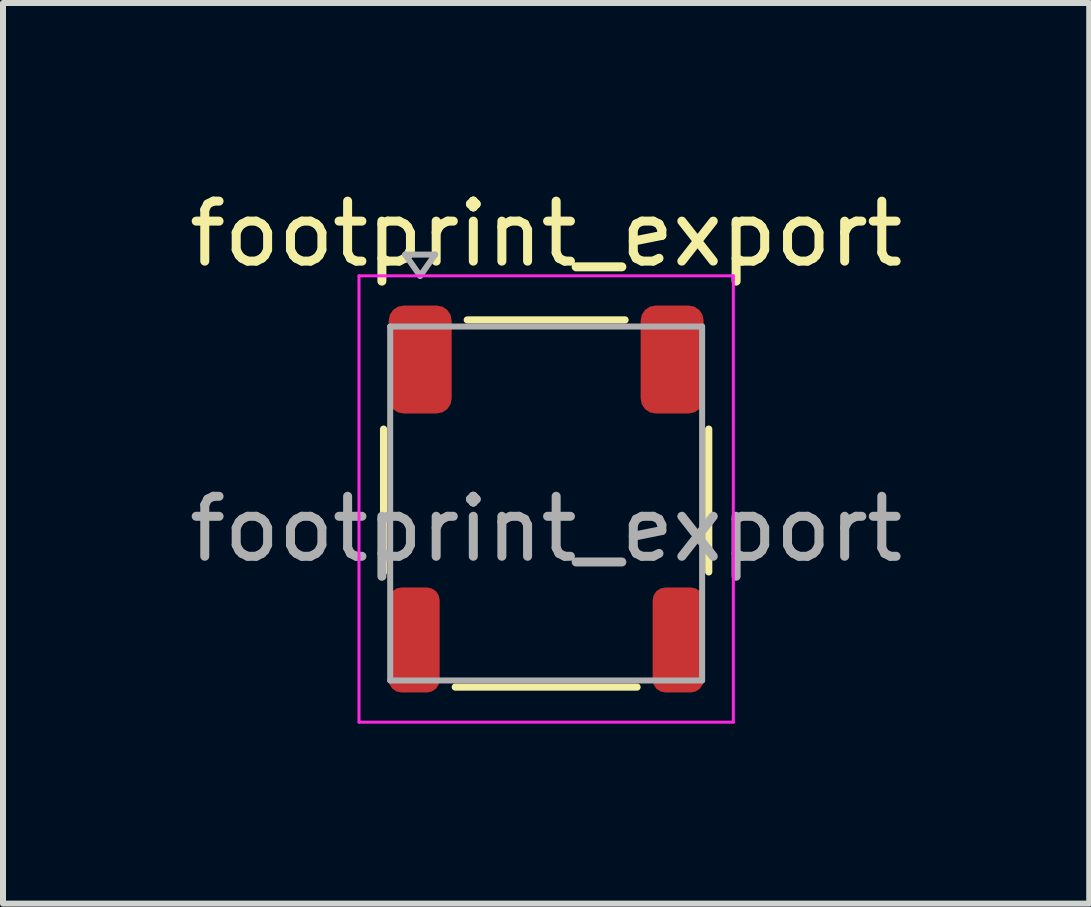
<source format=kicad_pcb>
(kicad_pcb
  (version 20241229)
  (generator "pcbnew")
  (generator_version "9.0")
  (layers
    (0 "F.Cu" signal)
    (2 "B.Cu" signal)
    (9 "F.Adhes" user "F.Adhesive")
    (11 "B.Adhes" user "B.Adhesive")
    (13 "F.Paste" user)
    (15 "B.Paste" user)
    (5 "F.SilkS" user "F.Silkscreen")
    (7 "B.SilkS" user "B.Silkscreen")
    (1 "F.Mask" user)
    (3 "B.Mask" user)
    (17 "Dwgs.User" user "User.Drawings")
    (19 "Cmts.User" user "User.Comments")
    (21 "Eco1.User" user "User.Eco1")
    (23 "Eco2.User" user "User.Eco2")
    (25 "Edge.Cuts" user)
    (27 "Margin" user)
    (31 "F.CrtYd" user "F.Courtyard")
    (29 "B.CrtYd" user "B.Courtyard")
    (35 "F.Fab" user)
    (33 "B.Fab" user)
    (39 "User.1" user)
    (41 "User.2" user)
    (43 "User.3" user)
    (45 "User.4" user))
  (footprint "footprint_export"
    (layer "F.Cu")
    (at 6.054 5.268)
    (property "Reference" "footprint_export" (at 0 -4.42 0) (layer "F.SilkS") (effects (font (size 1 1) (thickness 0.15))))
    (attr smd)
    (fp_line (start -2.71 -1.165) (end -2.71 1.215) (stroke (width 0.12) (type solid)) (layer "F.SilkS"))
    (fp_line (start -1.515 3.135) (end 1.515 3.135) (stroke (width 0.12) (type solid)) (layer "F.SilkS"))
    (fp_line (start -1.315 -2.985) (end 1.315 -2.985) (stroke (width 0.12) (type solid)) (layer "F.SilkS"))
    (fp_line (start 2.71 -1.165) (end 2.71 1.215) (stroke (width 0.12) (type solid)) (layer "F.SilkS"))
    (fp_line (start -3.12 -3.72) (end -3.12 3.72) (stroke (width 0.05) (type solid)) (layer "F.CrtYd"))
    (fp_line (start -3.12 3.72) (end 3.12 3.72) (stroke (width 0.05) (type solid)) (layer "F.CrtYd"))
    (fp_line (start 3.12 -3.72) (end -3.12 -3.72) (stroke (width 0.05) (type solid)) (layer "F.CrtYd"))
    (fp_line (start 3.12 3.72) (end 3.12 -3.72) (stroke (width 0.05) (type solid)) (layer "F.CrtYd"))
    (fp_line (start -2.6 -2.875) (end -2.6 3.025) (stroke (width 0.1) (type solid)) (layer "F.Fab"))
    (fp_line (start -2.6 -2.875) (end 2.6 -2.875) (stroke (width 0.1) (type solid)) (layer "F.Fab"))
    (fp_line (start -2.6 3.025) (end 2.6 3.025) (stroke (width 0.1) (type solid)) (layer "F.Fab"))
    (fp_line (start -2.35 -4.074) (end -2.1 -3.72) (stroke (width 0.1) (type solid)) (layer "F.Fab"))
    (fp_line (start -2.1 -3.72) (end -1.85 -4.074) (stroke (width 0.1) (type solid)) (layer "F.Fab"))
    (fp_line (start -1.85 -4.074) (end -2.35 -4.074) (stroke (width 0.1) (type solid)) (layer "F.Fab"))
    (fp_line (start 2.6 -2.875) (end 2.6 3.025) (stroke (width 0.1) (type solid)) (layer "F.Fab"))
    (fp_text user "${REFERENCE}" (at 0 0.5 0) (layer "F.Fab") (effects (font (size 1 1) (thickness 0.15))))
    (pad "1" smd roundrect (at -2.1 -2.325) (size 1.05 1.8) (layers "F.Cu" "F.Mask" "F.Paste") (roundrect_rratio 0.238))
    (pad "2" smd roundrect (at 2.1 -2.325) (size 1.05 1.8) (layers "F.Cu" "F.Mask" "F.Paste") (roundrect_rratio 0.238))
    (pad "MP" smd roundrect (at -2.2 2.35) (size 0.85 1.75) (layers "F.Cu" "F.Mask" "F.Paste") (roundrect_rratio 0.25))
    (pad "MP" smd roundrect (at 2.2 2.35) (size 0.85 1.75) (layers "F.Cu" "F.Mask" "F.Paste") (roundrect_rratio 0.25)))
  (gr_rect
    (start -3 -3)
    (end 15.107 12.013)
    (stroke (width 0.1) (type default))
    (fill no)
    (layer "Edge.Cuts")))
</source>
